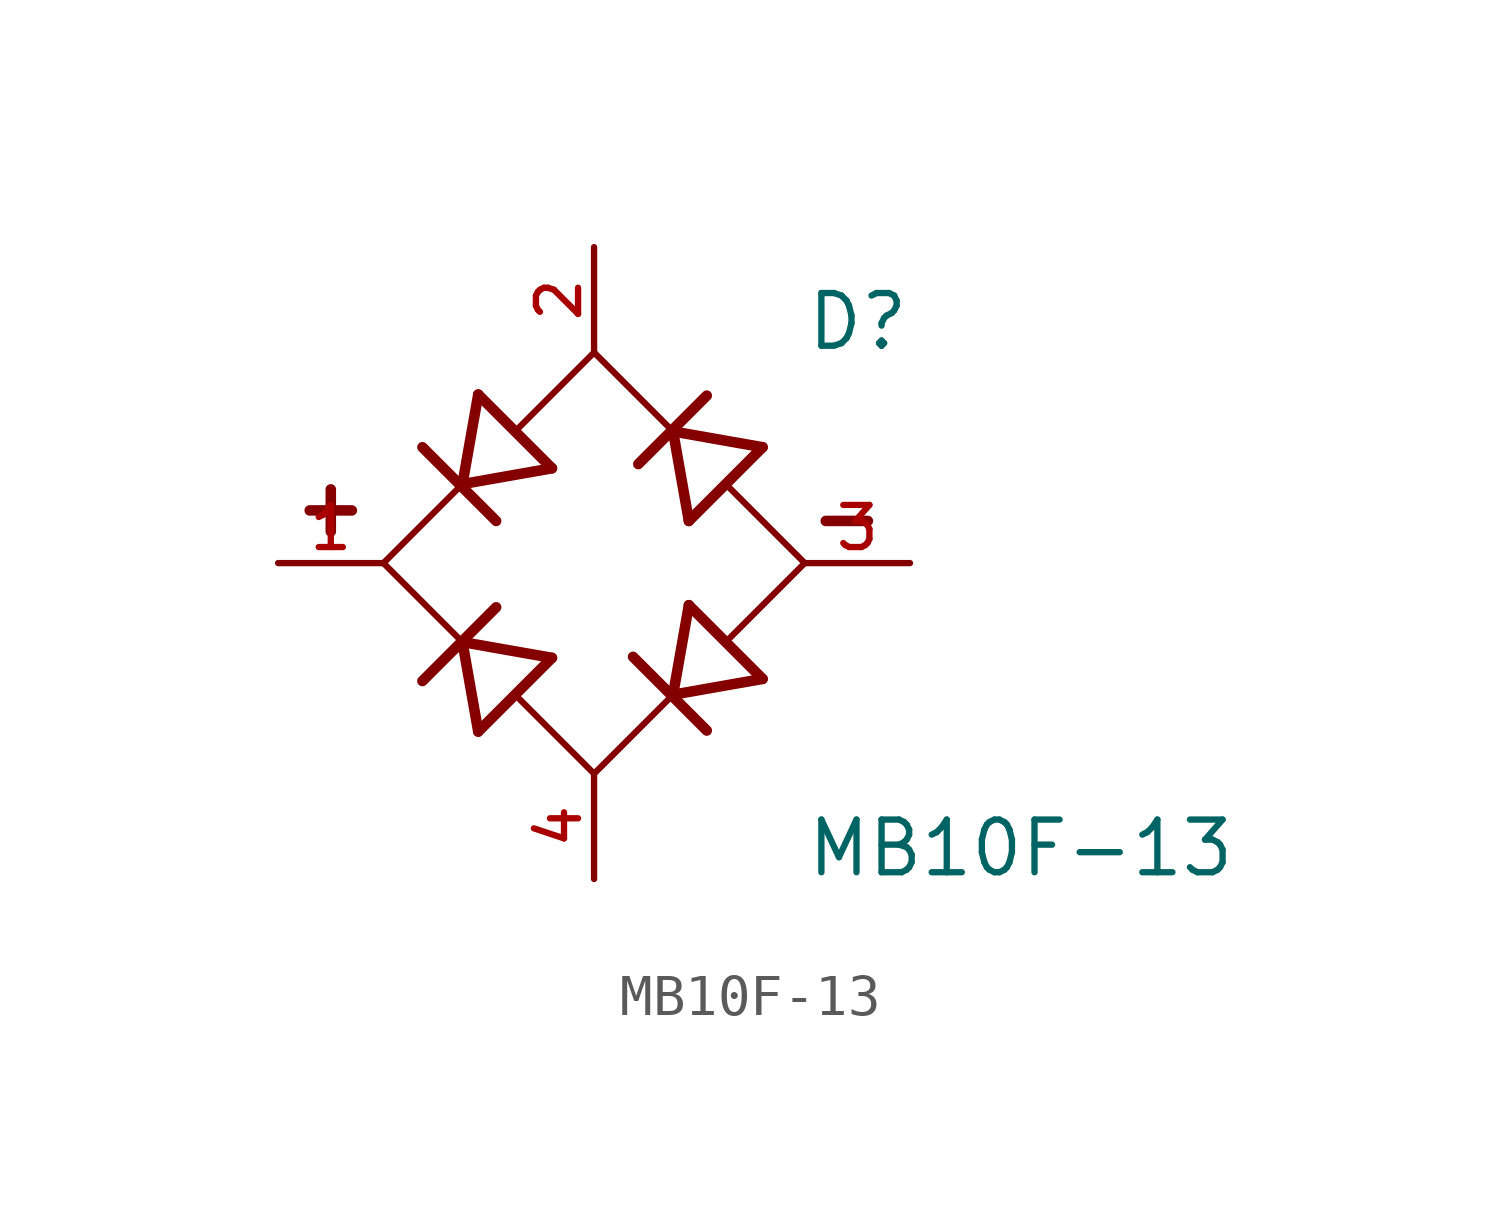
<source format=kicad_sym>
(kicad_symbol_lib
  (version 20211014)
  (generator kicad_symbol_editor)
  (symbol "MB10F-13"
    (pin_names
      (offset 1.016))
    (property "Reference" "D"
      (at 5.08 5.08 0)
      (effects (font (size 1.27 1.27)) (justify bottom left)))
    (property "Value" "MB10F-13"
      (at 5.08 -7.62 0)
      (effects (font (size 1.27 1.27)) (justify bottom left)))
    (symbol "MB10F-13_0_0"
      (polyline (pts (xy 1.905 -3.175) (xy 4.064 -2.794)) (stroke (width 0.254)))
      (polyline (pts (xy 1.905 -3.175) (xy 2.286 -1.016)) (stroke (width 0.254)))
      (polyline (pts (xy 2.718 -4.039) (xy 0.94 -2.261)) (stroke (width 0.254)))
      (polyline (pts (xy 1.905 3.175) (xy 4.064 2.794)) (stroke (width 0.254)))
      (polyline (pts (xy 1.905 3.175) (xy 2.286 1.016)) (stroke (width 0.254)))
      (polyline (pts (xy 2.718 4.039) (xy 1.067 2.388)) (stroke (width 0.254)))
      (polyline (pts (xy -3.175 1.905) (xy -2.794 4.064)) (stroke (width 0.254)))
      (polyline (pts (xy -3.175 1.905) (xy -1.016 2.286)) (stroke (width 0.254)))
      (polyline (pts (xy -2.362 1.016) (xy -4.14 2.794)) (stroke (width 0.254)))
      (polyline (pts (xy -3.175 -1.905) (xy -2.794 -4.064)) (stroke (width 0.254)))
      (polyline (pts (xy -3.175 -1.905) (xy -1.016 -2.286)) (stroke (width 0.254)))
      (polyline (pts (xy -2.362 -1.067) (xy -4.14 -2.845)) (stroke (width 0.254)))
      (polyline (pts (xy -5.08 0.0) (xy -3.175 -1.905)) (stroke (width 0.152)))
      (polyline (pts (xy 0.0 -5.08) (xy 1.905 -3.175)) (stroke (width 0.152)))
      (polyline (pts (xy 3.277 -1.803) (xy 5.08 0.0)) (stroke (width 0.152)))
      (polyline (pts (xy 4.064 -2.794) (xy 2.286 -1.016)) (stroke (width 0.254)))
      (polyline (pts (xy 5.08 0.0) (xy 3.277 1.803)) (stroke (width 0.152)))
      (polyline (pts (xy 4.064 2.794) (xy 2.286 1.016)) (stroke (width 0.254)))
      (polyline (pts (xy 1.905 3.175) (xy 0.0 5.08)) (stroke (width 0.152)))
      (polyline (pts (xy 0.0 5.08) (xy -1.803 3.277)) (stroke (width 0.152)))
      (polyline (pts (xy -1.016 2.286) (xy -2.794 4.064)) (stroke (width 0.254)))
      (polyline (pts (xy -3.175 1.905) (xy -5.08 0.0)) (stroke (width 0.152)))
      (polyline (pts (xy 0.0 -5.08) (xy -1.803 -3.277)) (stroke (width 0.152)))
      (polyline (pts (xy -1.016 -2.286) (xy -2.794 -4.064)) (stroke (width 0.254)))
      (polyline (pts (xy 5.588 1.016) (xy 6.604 1.016)) (stroke (width 0.254)))
      (polyline (pts (xy -6.858 1.27) (xy -5.842 1.27)) (stroke (width 0.254)))
      (polyline (pts (xy -6.35 0.762) (xy -6.35 1.778)) (stroke (width 0.254)))
      (pin passive line (at 0.0 7.62 270.0) (length 2.54) (name "~" (effects (font (size 1.016 1.016)))) (number "2" (effects (font (size 1.016 1.016)))))
      (pin passive line (at -7.62 0.0 0) (length 2.54) (name "~" (effects (font (size 1.016 1.016)))) (number "1" (effects (font (size 1.016 1.016)))))
      (pin passive line (at 0.0 -7.62 90.0) (length 2.54) (name "~" (effects (font (size 1.016 1.016)))) (number "4" (effects (font (size 1.016 1.016)))))
      (pin passive line (at 7.62 0.0 180.0) (length 2.54) (name "~" (effects (font (size 1.016 1.016)))) (number "3" (effects (font (size 1.016 1.016))))))))
</source>
